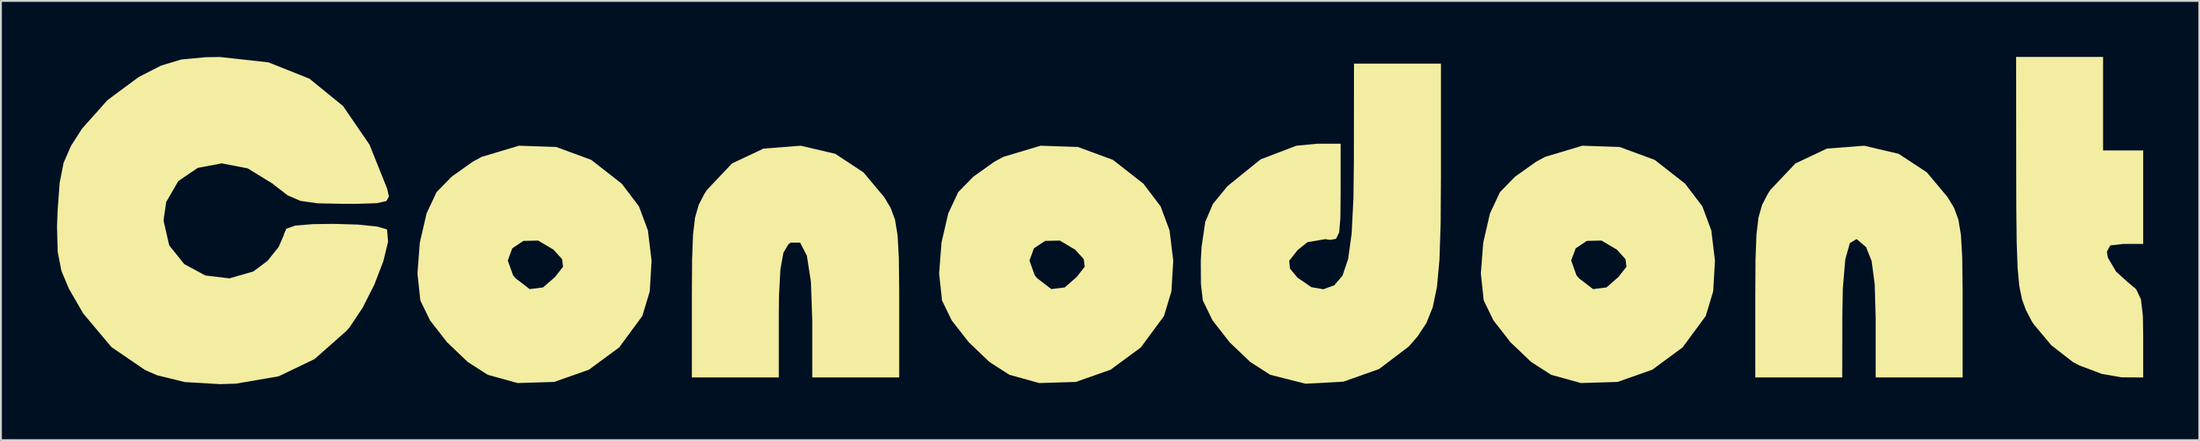
<source format=kicad_pcb>
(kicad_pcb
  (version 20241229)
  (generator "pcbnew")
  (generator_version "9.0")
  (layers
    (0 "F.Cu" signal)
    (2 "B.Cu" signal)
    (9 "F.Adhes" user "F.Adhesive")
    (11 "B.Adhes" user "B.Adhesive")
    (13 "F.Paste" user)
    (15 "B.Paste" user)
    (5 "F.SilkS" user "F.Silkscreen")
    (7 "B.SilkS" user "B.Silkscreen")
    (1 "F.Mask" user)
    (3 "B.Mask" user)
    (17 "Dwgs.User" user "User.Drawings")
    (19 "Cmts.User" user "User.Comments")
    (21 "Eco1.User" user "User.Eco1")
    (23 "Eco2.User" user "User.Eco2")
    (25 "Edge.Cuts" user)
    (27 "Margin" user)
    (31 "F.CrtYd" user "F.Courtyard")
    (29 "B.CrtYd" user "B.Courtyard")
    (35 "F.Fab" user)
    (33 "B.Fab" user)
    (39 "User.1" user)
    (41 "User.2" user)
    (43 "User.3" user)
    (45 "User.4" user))
  (footprint "icon2"
    (layer "F.Cu")
    (at 55.781 8.944)
    (property "Reference" "icon2" (at 0 0 0) (layer "F.SilkS") (effects (font (size 1.5 1.5) (thickness 0.3))))
    (attr board_only exclude_from_pos_files exclude_from_bom)
    (fp_poly (pts (xy 53.662 -6.439) (xy 53.662 -3.935) (xy 54.735 -3.935) (xy 55.808 -3.935) (xy 55.808 -1.431) (xy 55.808 1.073) (xy 54.769 1.073) (xy 54.047 1.154) (xy 53.864 1.494) (xy 53.922 1.812) (xy 54.359 2.559) (xy 54.962 3.105) (xy 55.432 3.5) (xy 55.688 4.041) (xy 55.792 4.935) (xy 55.808 5.944) (xy 55.808 8.228) (xy 54.646 8.222) (xy 53.595 8.038) (xy 52.395 7.585) (xy 52.059 7.41) (xy 50.906 6.515) (xy 49.94 5.363) (xy 49.829 5.18) (xy 49.538 4.621) (xy 49.327 4.047) (xy 49.182 3.334) (xy 49.091 2.362) (xy 49.042 1.008) (xy 49.021 -0.85) (xy 49.017 -2.594) (xy 49.011 -8.944) (xy 51.337 -8.944) (xy 53.662 -8.944)) (stroke (width 0) (type solid)) (fill yes) (layer "F.SilkS"))
    (fp_poly (pts (xy -15.983 -4.184) (xy -14.153 -3.753) (xy -12.645 -2.759) (xy -11.537 -1.435) (xy -11.189 -0.854) (xy -10.958 -0.228) (xy -10.82 0.603) (xy -10.753 1.797) (xy -10.733 3.512) (xy -10.732 3.988) (xy -10.732 8.228) (xy -13.058 8.228) (xy -15.383 8.228) (xy -15.383 5.164) (xy -15.456 3.089) (xy -15.673 1.701) (xy -16.033 1.004) (xy -16.534 1.003) (xy -16.66 1.094) (xy -16.925 1.542) (xy -17.087 2.427) (xy -17.162 3.858) (xy -17.172 4.873) (xy -17.172 8.228) (xy -19.497 8.228) (xy -21.823 8.228) (xy -21.823 3.809) (xy -21.811 1.915) (xy -21.761 0.582) (xy -21.651 -0.344) (xy -21.458 -1.018) (xy -21.16 -1.594) (xy -21.01 -1.825) (xy -19.675 -3.238) (xy -17.991 -4.033) (xy -16.008 -4.186)) (stroke (width 0) (type solid)) (fill yes) (layer "F.SilkS"))
    (fp_poly (pts (xy 40.899 -4.184) (xy 42.729 -3.753) (xy 44.237 -2.759) (xy 45.344 -1.435) (xy 45.693 -0.854) (xy 45.924 -0.228) (xy 46.061 0.603) (xy 46.129 1.797) (xy 46.149 3.512) (xy 46.149 3.988) (xy 46.149 8.228) (xy 43.824 8.228) (xy 41.499 8.228) (xy 41.499 5.077) (xy 41.447 3.23) (xy 41.283 1.993) (xy 40.993 1.264) (xy 40.969 1.231) (xy 40.479 0.814) (xy 40.116 1.032) (xy 39.873 1.904) (xy 39.743 3.451) (xy 39.715 4.919) (xy 39.71 8.228) (xy 37.385 8.228) (xy 35.059 8.228) (xy 35.059 3.809) (xy 35.071 1.915) (xy 35.121 0.582) (xy 35.231 -0.344) (xy 35.424 -1.018) (xy 35.722 -1.594) (xy 35.871 -1.825) (xy 37.207 -3.238) (xy 38.89 -4.033) (xy 40.873 -4.186)) (stroke (width 0) (type solid)) (fill yes) (layer "F.SilkS"))
    (fp_poly (pts (xy -29.08 -4.12) (xy -27.205 -3.429) (xy -25.576 -2.154) (xy -24.655 -0.942) (xy -24.175 0.349) (xy -23.978 1.976) (xy -24.075 3.615) (xy -24.474 4.937) (xy -25.709 6.618) (xy -27.33 7.813) (xy -29.19 8.469) (xy -31.148 8.528) (xy -32.74 8.087) (xy -33.812 7.398) (xy -34.913 6.347) (xy -35.828 5.172) (xy -36.344 4.112) (xy -36.349 4.091) (xy -36.501 2.654) (xy -36.448 1.962) (xy -31.669 1.962) (xy -31.39 2.749) (xy -31.256 2.914) (xy -30.499 3.495) (xy -29.785 3.406) (xy -29.145 2.849) (xy -28.713 2.297) (xy -28.764 1.89) (xy -29.226 1.381) (xy -30.044 0.895) (xy -30.833 0.912) (xy -31.429 1.309) (xy -31.669 1.962) (xy -36.448 1.962) (xy -36.374 1.001) (xy -36.013 -0.561) (xy -35.479 -1.701) (xy -34.67 -2.529) (xy -33.548 -3.328) (xy -33.066 -3.59) (xy -31.075 -4.187)) (stroke (width 0) (type solid)) (fill yes) (layer "F.SilkS"))
    (fp_poly (pts (xy -1.175 -4.12) (xy 0.7 -3.429) (xy 2.328 -2.154) (xy 3.249 -0.942) (xy 3.729 0.349) (xy 3.926 1.976) (xy 3.829 3.615) (xy 3.431 4.937) (xy 2.195 6.618) (xy 0.574 7.813) (xy -1.286 8.469) (xy -3.243 8.528) (xy -4.836 8.087) (xy -5.907 7.398) (xy -7.008 6.347) (xy -7.924 5.172) (xy -8.439 4.112) (xy -8.445 4.091) (xy -8.597 2.654) (xy -8.544 1.962) (xy -3.765 1.962) (xy -3.486 2.749) (xy -3.352 2.914) (xy -2.595 3.495) (xy -1.881 3.406) (xy -1.241 2.849) (xy -0.809 2.297) (xy -0.86 1.89) (xy -1.322 1.381) (xy -2.14 0.895) (xy -2.929 0.912) (xy -3.525 1.309) (xy -3.765 1.962) (xy -8.544 1.962) (xy -8.47 1.001) (xy -8.108 -0.561) (xy -7.575 -1.701) (xy -6.766 -2.529) (xy -5.644 -3.328) (xy -5.161 -3.59) (xy -3.171 -4.187)) (stroke (width 0) (type solid)) (fill yes) (layer "F.SilkS"))
    (fp_poly (pts (xy 27.802 -4.12) (xy 29.677 -3.429) (xy 31.305 -2.154) (xy 32.226 -0.942) (xy 32.707 0.349) (xy 32.903 1.976) (xy 32.807 3.615) (xy 32.408 4.937) (xy 31.172 6.618) (xy 29.552 7.813) (xy 27.691 8.469) (xy 25.734 8.528) (xy 24.141 8.087) (xy 23.07 7.398) (xy 21.969 6.347) (xy 21.054 5.172) (xy 20.538 4.112) (xy 20.533 4.091) (xy 20.38 2.654) (xy 20.434 1.962) (xy 25.212 1.962) (xy 25.491 2.749) (xy 25.626 2.914) (xy 26.383 3.495) (xy 27.097 3.406) (xy 27.737 2.849) (xy 28.169 2.297) (xy 28.117 1.89) (xy 27.655 1.381) (xy 26.837 0.895) (xy 26.049 0.912) (xy 25.453 1.309) (xy 25.212 1.962) (xy 20.434 1.962) (xy 20.508 1.001) (xy 20.869 -0.561) (xy 21.403 -1.701) (xy 22.211 -2.529) (xy 23.334 -3.328) (xy 23.816 -3.59) (xy 25.806 -4.187)) (stroke (width 0) (type solid)) (fill yes) (layer "F.SilkS"))
    (fp_poly (pts (xy 18.245 -2.528) (xy 18.229 -0.001) (xy 18.165 1.929) (xy 18.032 3.38) (xy 17.806 4.469) (xy 17.466 5.316) (xy 16.989 6.037) (xy 16.523 6.573) (xy 14.934 7.778) (xy 13.024 8.455) (xy 10.997 8.564) (xy 9.116 8.087) (xy 8.045 7.398) (xy 6.944 6.347) (xy 6.028 5.172) (xy 5.513 4.112) (xy 5.507 4.091) (xy 5.407 3.217) (xy 5.4 1.98) (xy 5.443 1.224) (xy 5.637 -0.103) (xy 6.047 -1.067) (xy 6.824 -2.018) (xy 6.828 -2.022) (xy 8.597 -3.455) (xy 10.511 -4.188) (xy 11.615 -4.293) (xy 12.879 -4.293) (xy 12.879 -1.659) (xy 12.867 -0.313) (xy 12.801 0.46) (xy 12.633 0.803) (xy 12.317 0.859) (xy 12.064 0.818) (xy 11.11 0.979) (xy 10.578 1.404) (xy 10.128 1.976) (xy 10.171 2.396) (xy 10.568 2.878) (xy 11.31 3.39) (xy 11.956 3.504) (xy 12.544 3.288) (xy 12.979 2.776) (xy 13.28 1.883) (xy 13.469 0.522) (xy 13.565 -1.394) (xy 13.589 -3.488) (xy 13.594 -8.586) (xy 15.92 -8.586) (xy 18.245 -8.586)) (stroke (width 0) (type solid)) (fill yes) (layer "F.SilkS"))
    (fp_poly (pts (xy -44.472 -8.653) (xy -42.279 -7.779) (xy -40.48 -6.312) (xy -39.066 -4.245) (xy -38.119 -1.878) (xy -38.028 -1.462) (xy -38.164 -1.222) (xy -38.667 -1.109) (xy -39.674 -1.075) (xy -40.443 -1.073) (xy -41.838 -1.101) (xy -42.759 -1.231) (xy -43.448 -1.53) (xy -44.146 -2.068) (xy -44.236 -2.146) (xy -45.584 -2.974) (xy -46.971 -3.242) (xy -48.256 -2.999) (xy -49.293 -2.293) (xy -49.941 -1.172) (xy -50.085 -0.179) (xy -49.78 1.151) (xy -48.977 2.155) (xy -47.847 2.766) (xy -46.559 2.92) (xy -45.281 2.55) (xy -44.523 1.984) (xy -43.924 1.235) (xy -43.647 0.594) (xy -43.645 0.553) (xy -43.516 0.262) (xy -43.038 0.092) (xy -42.078 0.014) (xy -40.983 0) (xy -39.673 0.039) (xy -38.664 0.143) (xy -38.149 0.29) (xy -38.127 0.314) (xy -38.074 0.959) (xy -38.327 2.005) (xy -38.806 3.249) (xy -39.432 4.491) (xy -40.123 5.528) (xy -40.289 5.724) (xy -42.004 7.243) (xy -43.929 8.168) (xy -46.215 8.561) (xy -47.067 8.586) (xy -48.949 8.476) (xy -50.424 8.113) (xy -51.068 7.833) (xy -52.871 6.6) (xy -54.378 4.804) (xy -55.145 3.475) (xy -55.546 2.52) (xy -55.745 1.499) (xy -55.781 0.153) (xy -55.751 -0.681) (xy -55.641 -2.191) (xy -55.431 -3.263) (xy -55.037 -4.172) (xy -54.443 -5.102) (xy -53.08 -6.632) (xy -51.407 -7.871) (xy -51.406 -7.871) (xy -50.214 -8.481) (xy -49.135 -8.806) (xy -47.834 -8.929) (xy -47.067 -8.94)) (stroke (width 0) (type solid)) (fill yes) (layer "F.SilkS")))
  (gr_rect
    (start -3 -3)
    (end 114.589 20.529)
    (stroke (width 0.1) (type default))
    (fill no)
    (layer "Edge.Cuts")))
</source>
